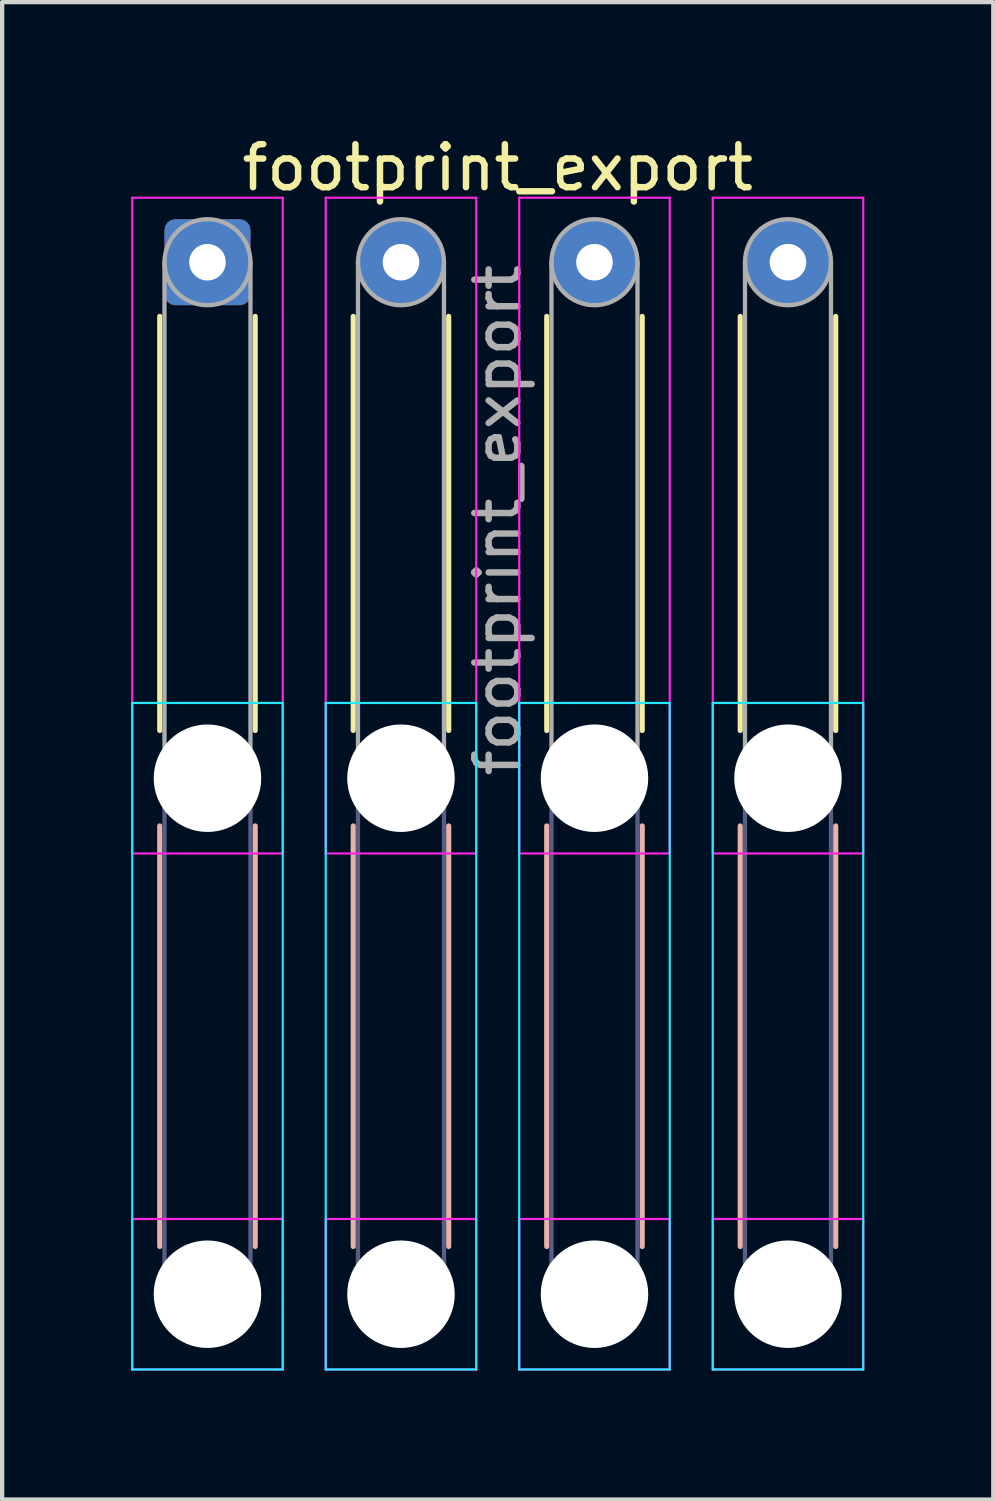
<source format=kicad_pcb>
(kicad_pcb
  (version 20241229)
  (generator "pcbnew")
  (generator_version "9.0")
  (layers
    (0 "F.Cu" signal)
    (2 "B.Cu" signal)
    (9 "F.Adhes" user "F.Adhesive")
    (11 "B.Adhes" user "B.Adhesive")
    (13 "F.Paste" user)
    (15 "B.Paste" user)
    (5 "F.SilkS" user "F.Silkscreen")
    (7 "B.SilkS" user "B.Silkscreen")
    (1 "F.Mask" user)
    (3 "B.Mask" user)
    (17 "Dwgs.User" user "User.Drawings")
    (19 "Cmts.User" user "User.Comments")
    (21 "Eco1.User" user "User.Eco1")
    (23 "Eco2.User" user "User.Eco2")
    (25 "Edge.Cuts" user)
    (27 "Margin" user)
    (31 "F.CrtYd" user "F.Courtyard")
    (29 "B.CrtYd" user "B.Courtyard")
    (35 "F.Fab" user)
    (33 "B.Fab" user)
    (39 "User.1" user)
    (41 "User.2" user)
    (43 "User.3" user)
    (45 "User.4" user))
  (footprint "footprint_export"
    (layer "F.Cu")
    (at 1.775 3.048)
    (property "Reference" "footprint_export" (at 6.75 -2.2 0) (layer "F.SilkS") (effects (font (size 1 1) (thickness 0.15))))
    (attr exclude_from_pos_files exclude_from_bom)
    (fp_line (start -1.11 1.26) (end -1.11 10.89) (stroke (width 0.12) (type solid)) (layer "F.SilkS"))
    (fp_line (start 1.11 1.26) (end 1.11 10.89) (stroke (width 0.12) (type solid)) (layer "F.SilkS"))
    (fp_line (start 3.39 1.26) (end 3.39 10.89) (stroke (width 0.12) (type solid)) (layer "F.SilkS"))
    (fp_line (start 5.61 1.26) (end 5.61 10.89) (stroke (width 0.12) (type solid)) (layer "F.SilkS"))
    (fp_line (start 7.89 1.26) (end 7.89 10.89) (stroke (width 0.12) (type solid)) (layer "F.SilkS"))
    (fp_line (start 10.11 1.26) (end 10.11 10.89) (stroke (width 0.12) (type solid)) (layer "F.SilkS"))
    (fp_line (start 12.39 1.26) (end 12.39 10.89) (stroke (width 0.12) (type solid)) (layer "F.SilkS"))
    (fp_line (start 14.61 1.26) (end 14.61 10.89) (stroke (width 0.12) (type solid)) (layer "F.SilkS"))
    (fp_line (start -1.11 13.11) (end -1.11 22.89) (stroke (width 0.12) (type solid)) (layer "B.SilkS"))
    (fp_line (start 1.11 13.11) (end 1.11 22.89) (stroke (width 0.12) (type solid)) (layer "B.SilkS"))
    (fp_line (start 3.39 13.11) (end 3.39 22.89) (stroke (width 0.12) (type solid)) (layer "B.SilkS"))
    (fp_line (start 5.61 13.11) (end 5.61 22.89) (stroke (width 0.12) (type solid)) (layer "B.SilkS"))
    (fp_line (start 7.89 13.11) (end 7.89 22.89) (stroke (width 0.12) (type solid)) (layer "B.SilkS"))
    (fp_line (start 10.11 13.11) (end 10.11 22.89) (stroke (width 0.12) (type solid)) (layer "B.SilkS"))
    (fp_line (start 12.39 13.11) (end 12.39 22.89) (stroke (width 0.12) (type solid)) (layer "B.SilkS"))
    (fp_line (start 14.61 13.11) (end 14.61 22.89) (stroke (width 0.12) (type solid)) (layer "B.SilkS"))
    (fp_line (start -1.75 10.25) (end -1.75 25.75) (stroke (width 0.05) (type solid)) (layer "B.CrtYd"))
    (fp_line (start -1.75 25.75) (end 1.75 25.75) (stroke (width 0.05) (type solid)) (layer "B.CrtYd"))
    (fp_line (start 1.75 10.25) (end -1.75 10.25) (stroke (width 0.05) (type solid)) (layer "B.CrtYd"))
    (fp_line (start 1.75 25.75) (end 1.75 10.25) (stroke (width 0.05) (type solid)) (layer "B.CrtYd"))
    (fp_line (start 2.75 10.25) (end 2.75 25.75) (stroke (width 0.05) (type solid)) (layer "B.CrtYd"))
    (fp_line (start 2.75 25.75) (end 6.25 25.75) (stroke (width 0.05) (type solid)) (layer "B.CrtYd"))
    (fp_line (start 6.25 10.25) (end 2.75 10.25) (stroke (width 0.05) (type solid)) (layer "B.CrtYd"))
    (fp_line (start 6.25 25.75) (end 6.25 10.25) (stroke (width 0.05) (type solid)) (layer "B.CrtYd"))
    (fp_line (start 7.25 10.25) (end 7.25 25.75) (stroke (width 0.05) (type solid)) (layer "B.CrtYd"))
    (fp_line (start 7.25 25.75) (end 10.75 25.75) (stroke (width 0.05) (type solid)) (layer "B.CrtYd"))
    (fp_line (start 10.75 10.25) (end 7.25 10.25) (stroke (width 0.05) (type solid)) (layer "B.CrtYd"))
    (fp_line (start 10.75 25.75) (end 10.75 10.25) (stroke (width 0.05) (type solid)) (layer "B.CrtYd"))
    (fp_line (start 11.75 10.25) (end 11.75 25.75) (stroke (width 0.05) (type solid)) (layer "B.CrtYd"))
    (fp_line (start 11.75 25.75) (end 15.25 25.75) (stroke (width 0.05) (type solid)) (layer "B.CrtYd"))
    (fp_line (start 15.25 10.25) (end 11.75 10.25) (stroke (width 0.05) (type solid)) (layer "B.CrtYd"))
    (fp_line (start 15.25 25.75) (end 15.25 10.25) (stroke (width 0.05) (type solid)) (layer "B.CrtYd"))
    (fp_line (start -1.75 -1.5) (end -1.75 13.75) (stroke (width 0.05) (type solid)) (layer "F.CrtYd"))
    (fp_line (start -1.75 13.75) (end 1.75 13.75) (stroke (width 0.05) (type solid)) (layer "F.CrtYd"))
    (fp_line (start -1.75 22.25) (end -1.75 25.75) (stroke (width 0.05) (type solid)) (layer "F.CrtYd"))
    (fp_line (start -1.75 25.75) (end 1.75 25.75) (stroke (width 0.05) (type solid)) (layer "F.CrtYd"))
    (fp_line (start 1.75 -1.5) (end -1.75 -1.5) (stroke (width 0.05) (type solid)) (layer "F.CrtYd"))
    (fp_line (start 1.75 13.75) (end 1.75 -1.5) (stroke (width 0.05) (type solid)) (layer "F.CrtYd"))
    (fp_line (start 1.75 22.25) (end -1.75 22.25) (stroke (width 0.05) (type solid)) (layer "F.CrtYd"))
    (fp_line (start 1.75 25.75) (end 1.75 22.25) (stroke (width 0.05) (type solid)) (layer "F.CrtYd"))
    (fp_line (start 2.75 -1.5) (end 2.75 13.75) (stroke (width 0.05) (type solid)) (layer "F.CrtYd"))
    (fp_line (start 2.75 13.75) (end 6.25 13.75) (stroke (width 0.05) (type solid)) (layer "F.CrtYd"))
    (fp_line (start 2.75 22.25) (end 2.75 25.75) (stroke (width 0.05) (type solid)) (layer "F.CrtYd"))
    (fp_line (start 2.75 25.75) (end 6.25 25.75) (stroke (width 0.05) (type solid)) (layer "F.CrtYd"))
    (fp_line (start 6.25 -1.5) (end 2.75 -1.5) (stroke (width 0.05) (type solid)) (layer "F.CrtYd"))
    (fp_line (start 6.25 13.75) (end 6.25 -1.5) (stroke (width 0.05) (type solid)) (layer "F.CrtYd"))
    (fp_line (start 6.25 22.25) (end 2.75 22.25) (stroke (width 0.05) (type solid)) (layer "F.CrtYd"))
    (fp_line (start 6.25 25.75) (end 6.25 22.25) (stroke (width 0.05) (type solid)) (layer "F.CrtYd"))
    (fp_line (start 7.25 -1.5) (end 7.25 13.75) (stroke (width 0.05) (type solid)) (layer "F.CrtYd"))
    (fp_line (start 7.25 13.75) (end 10.75 13.75) (stroke (width 0.05) (type solid)) (layer "F.CrtYd"))
    (fp_line (start 7.25 22.25) (end 7.25 25.75) (stroke (width 0.05) (type solid)) (layer "F.CrtYd"))
    (fp_line (start 7.25 25.75) (end 10.75 25.75) (stroke (width 0.05) (type solid)) (layer "F.CrtYd"))
    (fp_line (start 10.75 -1.5) (end 7.25 -1.5) (stroke (width 0.05) (type solid)) (layer "F.CrtYd"))
    (fp_line (start 10.75 13.75) (end 10.75 -1.5) (stroke (width 0.05) (type solid)) (layer "F.CrtYd"))
    (fp_line (start 10.75 22.25) (end 7.25 22.25) (stroke (width 0.05) (type solid)) (layer "F.CrtYd"))
    (fp_line (start 10.75 25.75) (end 10.75 22.25) (stroke (width 0.05) (type solid)) (layer "F.CrtYd"))
    (fp_line (start 11.75 -1.5) (end 11.75 13.75) (stroke (width 0.05) (type solid)) (layer "F.CrtYd"))
    (fp_line (start 11.75 13.75) (end 15.25 13.75) (stroke (width 0.05) (type solid)) (layer "F.CrtYd"))
    (fp_line (start 11.75 22.25) (end 11.75 25.75) (stroke (width 0.05) (type solid)) (layer "F.CrtYd"))
    (fp_line (start 11.75 25.75) (end 15.25 25.75) (stroke (width 0.05) (type solid)) (layer "F.CrtYd"))
    (fp_line (start 15.25 -1.5) (end 11.75 -1.5) (stroke (width 0.05) (type solid)) (layer "F.CrtYd"))
    (fp_line (start 15.25 13.75) (end 15.25 -1.5) (stroke (width 0.05) (type solid)) (layer "F.CrtYd"))
    (fp_line (start 15.25 22.25) (end 11.75 22.25) (stroke (width 0.05) (type solid)) (layer "F.CrtYd"))
    (fp_line (start 15.25 25.75) (end 15.25 22.25) (stroke (width 0.05) (type solid)) (layer "F.CrtYd"))
    (fp_line (start -1 12) (end -1 24) (stroke (width 0.1) (type solid)) (layer "B.Fab"))
    (fp_line (start 1 12) (end 1 24) (stroke (width 0.1) (type solid)) (layer "B.Fab"))
    (fp_line (start 3.5 12) (end 3.5 24) (stroke (width 0.1) (type solid)) (layer "B.Fab"))
    (fp_line (start 5.5 12) (end 5.5 24) (stroke (width 0.1) (type solid)) (layer "B.Fab"))
    (fp_line (start 8 12) (end 8 24) (stroke (width 0.1) (type solid)) (layer "B.Fab"))
    (fp_line (start 10 12) (end 10 24) (stroke (width 0.1) (type solid)) (layer "B.Fab"))
    (fp_line (start 12.5 12) (end 12.5 24) (stroke (width 0.1) (type solid)) (layer "B.Fab"))
    (fp_line (start 14.5 12) (end 14.5 24) (stroke (width 0.1) (type solid)) (layer "B.Fab"))
    (fp_circle (center 0 12) (end 1 12) (stroke (width 0.1) (type solid)) (fill no) (layer "B.Fab"))
    (fp_circle (center 0 24) (end 1 24) (stroke (width 0.1) (type solid)) (fill no) (layer "B.Fab"))
    (fp_circle (center 4.5 12) (end 5.5 12) (stroke (width 0.1) (type solid)) (fill no) (layer "B.Fab"))
    (fp_circle (center 4.5 24) (end 5.5 24) (stroke (width 0.1) (type solid)) (fill no) (layer "B.Fab"))
    (fp_circle (center 9 12) (end 10 12) (stroke (width 0.1) (type solid)) (fill no) (layer "B.Fab"))
    (fp_circle (center 9 24) (end 10 24) (stroke (width 0.1) (type solid)) (fill no) (layer "B.Fab"))
    (fp_circle (center 13.5 12) (end 14.5 12) (stroke (width 0.1) (type solid)) (fill no) (layer "B.Fab"))
    (fp_circle (center 13.5 24) (end 14.5 24) (stroke (width 0.1) (type solid)) (fill no) (layer "B.Fab"))
    (fp_line (start -1 0) (end -1 12) (stroke (width 0.1) (type solid)) (layer "F.Fab"))
    (fp_line (start 1 0) (end 1 12) (stroke (width 0.1) (type solid)) (layer "F.Fab"))
    (fp_line (start 3.5 0) (end 3.5 12) (stroke (width 0.1) (type solid)) (layer "F.Fab"))
    (fp_line (start 5.5 0) (end 5.5 12) (stroke (width 0.1) (type solid)) (layer "F.Fab"))
    (fp_line (start 8 0) (end 8 12) (stroke (width 0.1) (type solid)) (layer "F.Fab"))
    (fp_line (start 10 0) (end 10 12) (stroke (width 0.1) (type solid)) (layer "F.Fab"))
    (fp_line (start 12.5 0) (end 12.5 12) (stroke (width 0.1) (type solid)) (layer "F.Fab"))
    (fp_line (start 14.5 0) (end 14.5 12) (stroke (width 0.1) (type solid)) (layer "F.Fab"))
    (fp_circle (center 0 0) (end 1 0) (stroke (width 0.1) (type solid)) (fill no) (layer "F.Fab"))
    (fp_circle (center 0 12) (end 1 12) (stroke (width 0.1) (type solid)) (fill no) (layer "F.Fab"))
    (fp_circle (center 0 24) (end 1 24) (stroke (width 0.1) (type solid)) (fill no) (layer "F.Fab"))
    (fp_circle (center 4.5 0) (end 5.5 0) (stroke (width 0.1) (type solid)) (fill no) (layer "F.Fab"))
    (fp_circle (center 4.5 12) (end 5.5 12) (stroke (width 0.1) (type solid)) (fill no) (layer "F.Fab"))
    (fp_circle (center 4.5 24) (end 5.5 24) (stroke (width 0.1) (type solid)) (fill no) (layer "F.Fab"))
    (fp_circle (center 9 0) (end 10 0) (stroke (width 0.1) (type solid)) (fill no) (layer "F.Fab"))
    (fp_circle (center 9 12) (end 10 12) (stroke (width 0.1) (type solid)) (fill no) (layer "F.Fab"))
    (fp_circle (center 9 24) (end 10 24) (stroke (width 0.1) (type solid)) (fill no) (layer "F.Fab"))
    (fp_circle (center 13.5 0) (end 14.5 0) (stroke (width 0.1) (type solid)) (fill no) (layer "F.Fab"))
    (fp_circle (center 13.5 12) (end 14.5 12) (stroke (width 0.1) (type solid)) (fill no) (layer "F.Fab"))
    (fp_circle (center 13.5 24) (end 14.5 24) (stroke (width 0.1) (type solid)) (fill no) (layer "F.Fab"))
    (fp_text user "${REFERENCE}" (at 6.75 6 90) (layer "F.Fab") (effects (font (size 1 1) (thickness 0.15))))
    (pad "" np_thru_hole circle (at 0 12) (size 2.5 2.5) (drill 2.5) (layers "*.Cu" "*.Mask"))
    (pad "" np_thru_hole circle (at 0 24) (size 2.5 2.5) (drill 2.5) (layers "*.Cu" "*.Mask"))
    (pad "" np_thru_hole circle (at 4.5 12) (size 2.5 2.5) (drill 2.5) (layers "*.Cu" "*.Mask"))
    (pad "" np_thru_hole circle (at 4.5 24) (size 2.5 2.5) (drill 2.5) (layers "*.Cu" "*.Mask"))
    (pad "" np_thru_hole circle (at 9 12) (size 2.5 2.5) (drill 2.5) (layers "*.Cu" "*.Mask"))
    (pad "" np_thru_hole circle (at 9 24) (size 2.5 2.5) (drill 2.5) (layers "*.Cu" "*.Mask"))
    (pad "" np_thru_hole circle (at 13.5 12) (size 2.5 2.5) (drill 2.5) (layers "*.Cu" "*.Mask"))
    (pad "" np_thru_hole circle (at 13.5 24) (size 2.5 2.5) (drill 2.5) (layers "*.Cu" "*.Mask"))
    (pad "1" thru_hole roundrect (at 0 0) (size 2 2) (drill 0.85) (layers "*.Cu" "*.Mask") (roundrect_rratio 0.125))
    (pad "2" thru_hole circle (at 4.5 0) (size 2 2) (drill 0.85) (layers "*.Cu" "*.Mask"))
    (pad "3" thru_hole circle (at 9 0) (size 2 2) (drill 0.85) (layers "*.Cu" "*.Mask"))
    (pad "4" thru_hole circle (at 13.5 0) (size 2 2) (drill 0.85) (layers "*.Cu" "*.Mask")))
  (gr_rect
    (start -3 -3)
    (end 20.05 31.823)
    (stroke (width 0.1) (type default))
    (fill no)
    (layer "Edge.Cuts")))
</source>
